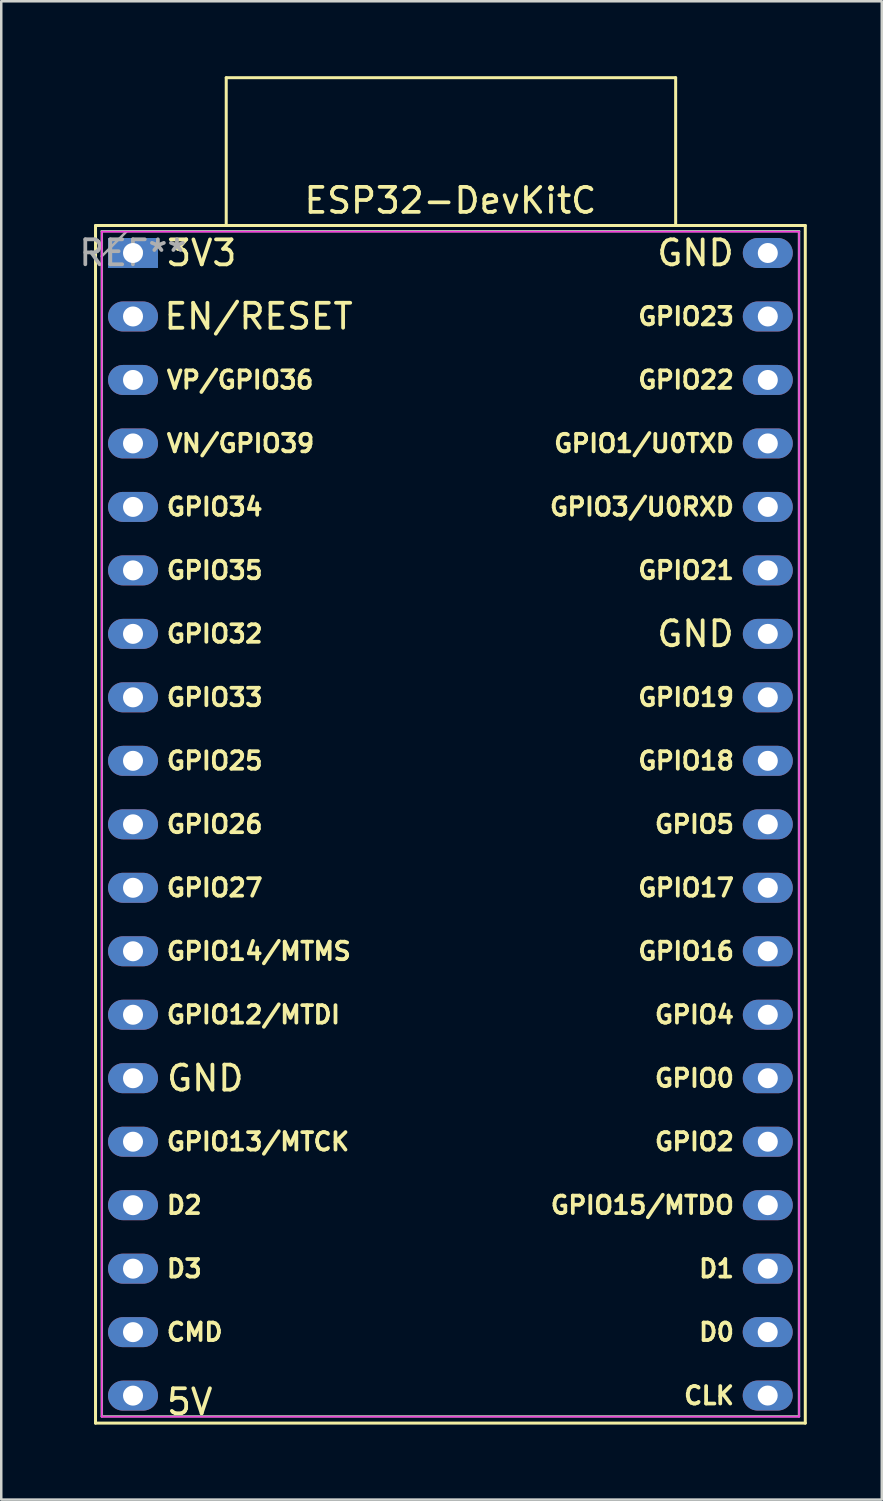
<source format=kicad_pcb>
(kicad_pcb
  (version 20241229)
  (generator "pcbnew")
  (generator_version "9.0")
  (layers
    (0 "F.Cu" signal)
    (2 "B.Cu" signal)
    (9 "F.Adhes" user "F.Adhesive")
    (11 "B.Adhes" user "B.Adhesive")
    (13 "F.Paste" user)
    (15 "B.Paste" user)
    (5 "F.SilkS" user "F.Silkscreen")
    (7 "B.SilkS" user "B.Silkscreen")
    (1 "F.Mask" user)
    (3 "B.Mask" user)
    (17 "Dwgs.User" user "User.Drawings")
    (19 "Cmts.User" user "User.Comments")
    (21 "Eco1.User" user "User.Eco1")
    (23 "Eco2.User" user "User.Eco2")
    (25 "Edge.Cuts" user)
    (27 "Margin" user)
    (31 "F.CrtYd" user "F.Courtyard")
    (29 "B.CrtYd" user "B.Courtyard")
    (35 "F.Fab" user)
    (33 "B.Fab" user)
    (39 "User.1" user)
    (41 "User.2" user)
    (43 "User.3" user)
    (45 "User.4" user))
  (footprint "ESP32-DevKitC"
    (layer "F.Cu")
    (at 2.272 7.073)
    (property "Reference" "ESP32-DevKitC" (at 12.7 -2.1 180) (layer "F.SilkS") (effects (font (size 1 1) (thickness 0.15))))
    (attr through_hole)
    (fp_line (start -1.5 46.82) (end 26.9 46.82) (stroke (width 0.12) (type solid)) (layer "F.SilkS"))
    (fp_line (start -1.5 -1.1) (end -1.5 46.82) (stroke (width 0.12) (type solid)) (layer "F.SilkS"))
    (fp_line (start 3.73 -7.013) (end 21.713 -7.013) (stroke (width 0.12) (type solid)) (layer "F.SilkS"))
    (fp_line (start 3.73 -1.12) (end 3.73 -7.013) (stroke (width 0.12) (type solid)) (layer "F.SilkS"))
    (fp_line (start 21.713 -7.013) (end 21.713 -1.12) (stroke (width 0.12) (type solid)) (layer "F.SilkS"))
    (fp_line (start 26.9 46.82) (end 26.9 -1.1) (stroke (width 0.12) (type solid)) (layer "F.SilkS"))
    (fp_line (start 26.9 -1.1) (end -1.5 -1.1) (stroke (width 0.12) (type solid)) (layer "F.SilkS"))
    (fp_line (start -1.25 -0.85) (end 26.65 -0.85) (stroke (width 0.05) (type solid)) (layer "F.CrtYd"))
    (fp_line (start -1.25 46.57) (end -1.25 -0.85) (stroke (width 0.05) (type solid)) (layer "F.CrtYd"))
    (fp_line (start 26.65 -0.85) (end 26.65 46.57) (stroke (width 0.05) (type solid)) (layer "F.CrtYd"))
    (fp_line (start 26.65 46.57) (end -1.25 46.57) (stroke (width 0.05) (type solid)) (layer "F.CrtYd"))
    (fp_line (start -1.25 -0.87) (end 26.65 -0.87) (stroke (width 0.1) (type solid)) (layer "F.Fab"))
    (fp_line (start -1.25 46.55) (end -1.25 -0.87) (stroke (width 0.1) (type solid)) (layer "F.Fab"))
    (fp_line (start -0.25 -0.87) (end -1.25 0.13) (stroke (width 0.1) (type solid)) (layer "F.Fab"))
    (fp_line (start 26.65 -0.87) (end 26.65 46.55) (stroke (width 0.1) (type solid)) (layer "F.Fab"))
    (fp_line (start 26.65 46.55) (end -1.25 46.55) (stroke (width 0.1) (type solid)) (layer "F.Fab"))
    (fp_text user "GND" (at 1.27 33.02 0) (unlocked yes) (layer "F.SilkS") (effects (font (size 1 1) (thickness 0.15)) (justify left)))
    (fp_text user "GND" (at 24.13 15.24 0) (unlocked yes) (layer "F.SilkS") (effects (font (size 1 1) (thickness 0.15)) (justify right)))
    (fp_text user "GPIO15/MTDO" (at 24.13 38.1 0) (unlocked yes) (layer "F.SilkS") (effects (font (size 0.7 0.7) (thickness 0.15)) (justify right)))
    (fp_text user "GPIO4" (at 24.13 30.48 0) (unlocked yes) (layer "F.SilkS") (effects (font (size 0.7 0.7) (thickness 0.15)) (justify right)))
    (fp_text user "GPIO18" (at 24.13 20.32 0) (unlocked yes) (layer "F.SilkS") (effects (font (size 0.7 0.7) (thickness 0.15)) (justify right)))
    (fp_text user "5V" (at 1.266 45.971 0) (unlocked yes) (layer "F.SilkS") (effects (font (size 1 1) (thickness 0.15)) (justify left)))
    (fp_text user "GPIO23" (at 24.13 2.54 0) (unlocked yes) (layer "F.SilkS") (effects (font (size 0.7 0.7) (thickness 0.15)) (justify right)))
    (fp_text user "D3" (at 1.27 40.64 0) (unlocked yes) (layer "F.SilkS") (effects (font (size 0.7 0.7) (thickness 0.15)) (justify left)))
    (fp_text user "GPIO0" (at 24.13 33.02 0) (unlocked yes) (layer "F.SilkS") (effects (font (size 0.7 0.7) (thickness 0.15)) (justify right)))
    (fp_text user "GPIO21" (at 24.13 12.7 0) (unlocked yes) (layer "F.SilkS") (effects (font (size 0.7 0.7) (thickness 0.15)) (justify right)))
    (fp_text user "GPIO22" (at 24.13 5.08 0) (unlocked yes) (layer "F.SilkS") (effects (font (size 0.7 0.7) (thickness 0.15)) (justify right)))
    (fp_text user "CLK" (at 24.13 45.72 0) (unlocked yes) (layer "F.SilkS") (effects (font (size 0.7 0.7) (thickness 0.15)) (justify right)))
    (fp_text user "GPIO5" (at 24.13 22.86 0) (unlocked yes) (layer "F.SilkS") (effects (font (size 0.7 0.7) (thickness 0.15)) (justify right)))
    (fp_text user "GPIO19" (at 24.13 17.78 0) (unlocked yes) (layer "F.SilkS") (effects (font (size 0.7 0.7) (thickness 0.15)) (justify right)))
    (fp_text user "CMD" (at 1.27 43.18 0) (unlocked yes) (layer "F.SilkS") (effects (font (size 0.7 0.7) (thickness 0.15)) (justify left)))
    (fp_text user "D1" (at 24.13 40.64 0) (unlocked yes) (layer "F.SilkS") (effects (font (size 0.7 0.7) (thickness 0.15)) (justify right)))
    (fp_text user "GPIO27" (at 1.27 25.4 0) (unlocked yes) (layer "F.SilkS") (effects (font (size 0.7 0.7) (thickness 0.15)) (justify left)))
    (fp_text user "GPIO25" (at 1.27 20.32 0) (unlocked yes) (layer "F.SilkS") (effects (font (size 0.7 0.7) (thickness 0.15)) (justify left)))
    (fp_text user "GPIO26" (at 1.27 22.86 0) (unlocked yes) (layer "F.SilkS") (effects (font (size 0.7 0.7) (thickness 0.15)) (justify left)))
    (fp_text user "3V3" (at 1.27 0 0) (unlocked yes) (layer "F.SilkS") (effects (font (size 1 1) (thickness 0.15)) (justify left)))
    (fp_text user "GPIO32" (at 1.27 15.24 0) (unlocked yes) (layer "F.SilkS") (effects (font (size 0.7 0.7) (thickness 0.15)) (justify left)))
    (fp_text user "GPIO33" (at 1.27 17.78 0) (unlocked yes) (layer "F.SilkS") (effects (font (size 0.7 0.7) (thickness 0.15)) (justify left)))
    (fp_text user "GPIO17" (at 24.13 25.4 0) (unlocked yes) (layer "F.SilkS") (effects (font (size 0.7 0.7) (thickness 0.15)) (justify right)))
    (fp_text user "D2" (at 1.27 38.1 0) (unlocked yes) (layer "F.SilkS") (effects (font (size 0.7 0.7) (thickness 0.15)) (justify left)))
    (fp_text user "GPIO34" (at 1.27 10.16 0) (unlocked yes) (layer "F.SilkS") (effects (font (size 0.7 0.7) (thickness 0.15)) (justify left)))
    (fp_text user "GPIO12/MTDI" (at 1.27 30.48 0) (unlocked yes) (layer "F.SilkS") (effects (font (size 0.7 0.7) (thickness 0.15)) (justify left)))
    (fp_text user "GPIO3/U0RXD" (at 24.13 10.16 0) (unlocked yes) (layer "F.SilkS") (effects (font (size 0.7 0.7) (thickness 0.15)) (justify right)))
    (fp_text user "D0" (at 24.13 43.18 0) (unlocked yes) (layer "F.SilkS") (effects (font (size 0.7 0.7) (thickness 0.15)) (justify right)))
    (fp_text user "GPIO2" (at 24.13 35.56 0) (unlocked yes) (layer "F.SilkS") (effects (font (size 0.7 0.7) (thickness 0.15)) (justify right)))
    (fp_text user "GPIO35" (at 1.27 12.7 0) (unlocked yes) (layer "F.SilkS") (effects (font (size 0.7 0.7) (thickness 0.15)) (justify left)))
    (fp_text user "GND" (at 24.13 0 0) (unlocked yes) (layer "F.SilkS") (effects (font (size 1 1) (thickness 0.15)) (justify right)))
    (fp_text user "GPIO1/U0TXD" (at 24.13 7.62 0) (unlocked yes) (layer "F.SilkS") (effects (font (size 0.7 0.7) (thickness 0.15)) (justify right)))
    (fp_text user "VN/GPIO39" (at 1.27 7.62 0) (unlocked yes) (layer "F.SilkS") (effects (font (size 0.7 0.7) (thickness 0.15)) (justify left)))
    (fp_text user "GPIO13/MTCK" (at 1.27 35.56 0) (unlocked yes) (layer "F.SilkS") (effects (font (size 0.7 0.7) (thickness 0.15)) (justify left)))
    (fp_text user "GPIO14/MTMS" (at 1.27 27.94 0) (unlocked yes) (layer "F.SilkS") (effects (font (size 0.7 0.7) (thickness 0.15)) (justify left)))
    (fp_text user "GPIO16" (at 24.13 27.94 0) (unlocked yes) (layer "F.SilkS") (effects (font (size 0.7 0.7) (thickness 0.15)) (justify right)))
    (fp_text user "VP/GPIO36" (at 1.27 5.08 0) (unlocked yes) (layer "F.SilkS") (effects (font (size 0.7 0.7) (thickness 0.15)) (justify left)))
    (fp_text user "EN/RESET" (at 8.886 2.537 0) (unlocked yes) (layer "F.SilkS") (effects (font (size 1 1) (thickness 0.15)) (justify right)))
    (fp_text user "REF**" (at -0.004 -0.003 180) (layer "F.Fab") (effects (font (size 1 1) (thickness 0.15))))
    (pad "1" thru_hole rect (at 0 0 270) (size 1.2 2) (drill 0.8) (layers "*.Cu" "*.Mask"))
    (pad "2" thru_hole oval (at 0 2.54 270) (size 1.2 2) (drill 0.8) (layers "*.Cu" "*.Mask"))
    (pad "3" thru_hole oval (at 0 5.08 270) (size 1.2 2) (drill 0.8) (layers "*.Cu" "*.Mask"))
    (pad "4" thru_hole oval (at 0 7.62 270) (size 1.2 2) (drill 0.8) (layers "*.Cu" "*.Mask"))
    (pad "5" thru_hole oval (at 0 10.16 270) (size 1.2 2) (drill 0.8) (layers "*.Cu" "*.Mask"))
    (pad "6" thru_hole oval (at 0 12.7 270) (size 1.2 2) (drill 0.8) (layers "*.Cu" "*.Mask"))
    (pad "7" thru_hole oval (at 0 15.24 270) (size 1.2 2) (drill 0.8) (layers "*.Cu" "*.Mask"))
    (pad "8" thru_hole oval (at 0 17.78 270) (size 1.2 2) (drill 0.8) (layers "*.Cu" "*.Mask"))
    (pad "9" thru_hole oval (at 0 20.32 270) (size 1.2 2) (drill 0.8) (layers "*.Cu" "*.Mask"))
    (pad "10" thru_hole oval (at 0 22.86 270) (size 1.2 2) (drill 0.8) (layers "*.Cu" "*.Mask"))
    (pad "11" thru_hole oval (at 0 25.4 270) (size 1.2 2) (drill 0.8) (layers "*.Cu" "*.Mask"))
    (pad "12" thru_hole oval (at 0 27.94 270) (size 1.2 2) (drill 0.8) (layers "*.Cu" "*.Mask"))
    (pad "13" thru_hole oval (at 0 30.48 270) (size 1.2 2) (drill 0.8) (layers "*.Cu" "*.Mask"))
    (pad "14" thru_hole oval (at 0 33.02 270) (size 1.2 2) (drill 0.8) (layers "*.Cu" "*.Mask"))
    (pad "15" thru_hole oval (at 0 35.56 270) (size 1.2 2) (drill 0.8) (layers "*.Cu" "*.Mask"))
    (pad "16" thru_hole oval (at 0 38.1 270) (size 1.2 2) (drill 0.8) (layers "*.Cu" "*.Mask"))
    (pad "17" thru_hole oval (at 0 40.64 270) (size 1.2 2) (drill 0.8) (layers "*.Cu" "*.Mask"))
    (pad "18" thru_hole oval (at 0 43.18 270) (size 1.2 2) (drill 0.8) (layers "*.Cu" "*.Mask"))
    (pad "19" thru_hole oval (at 0 45.72 270) (size 1.2 2) (drill 0.8) (layers "*.Cu" "*.Mask"))
    (pad "20" thru_hole oval (at 25.396 45.717 270) (size 1.2 2) (drill 0.8) (layers "*.Cu" "*.Mask"))
    (pad "21" thru_hole oval (at 25.396 43.177 270) (size 1.2 2) (drill 0.8) (layers "*.Cu" "*.Mask"))
    (pad "22" thru_hole oval (at 25.4 40.64 270) (size 1.2 2) (drill 0.8) (layers "*.Cu" "*.Mask"))
    (pad "23" thru_hole oval (at 25.4 38.1 270) (size 1.2 2) (drill 0.8) (layers "*.Cu" "*.Mask"))
    (pad "24" thru_hole oval (at 25.4 35.56 270) (size 1.2 2) (drill 0.8) (layers "*.Cu" "*.Mask"))
    (pad "25" thru_hole oval (at 25.4 33.02 270) (size 1.2 2) (drill 0.8) (layers "*.Cu" "*.Mask"))
    (pad "26" thru_hole oval (at 25.4 30.48 270) (size 1.2 2) (drill 0.8) (layers "*.Cu" "*.Mask"))
    (pad "27" thru_hole oval (at 25.4 27.94 270) (size 1.2 2) (drill 0.8) (layers "*.Cu" "*.Mask"))
    (pad "28" thru_hole oval (at 25.4 25.4 270) (size 1.2 2) (drill 0.8) (layers "*.Cu" "*.Mask"))
    (pad "29" thru_hole oval (at 25.4 22.86 270) (size 1.2 2) (drill 0.8) (layers "*.Cu" "*.Mask"))
    (pad "30" thru_hole oval (at 25.4 20.32 270) (size 1.2 2) (drill 0.8) (layers "*.Cu" "*.Mask"))
    (pad "31" thru_hole oval (at 25.4 17.78 270) (size 1.2 2) (drill 0.8) (layers "*.Cu" "*.Mask"))
    (pad "32" thru_hole oval (at 25.4 15.24 270) (size 1.2 2) (drill 0.8) (layers "*.Cu" "*.Mask"))
    (pad "33" thru_hole oval (at 25.4 12.7 270) (size 1.2 2) (drill 0.8) (layers "*.Cu" "*.Mask"))
    (pad "34" thru_hole oval (at 25.4 10.16 270) (size 1.2 2) (drill 0.8) (layers "*.Cu" "*.Mask"))
    (pad "35" thru_hole oval (at 25.4 7.62 270) (size 1.2 2) (drill 0.8) (layers "*.Cu" "*.Mask"))
    (pad "36" thru_hole oval (at 25.4 5.08 270) (size 1.2 2) (drill 0.8) (layers "*.Cu" "*.Mask"))
    (pad "37" thru_hole oval (at 25.4 2.54 270) (size 1.2 2) (drill 0.8) (layers "*.Cu" "*.Mask"))
    (pad "38" thru_hole oval (at 25.4 0 270) (size 1.2 2) (drill 0.8) (layers "*.Cu" "*.Mask")))
  (gr_rect
    (start -3 -3)
    (end 32.232 56.953)
    (stroke (width 0.1) (type default))
    (fill no)
    (layer "Edge.Cuts")))
</source>
